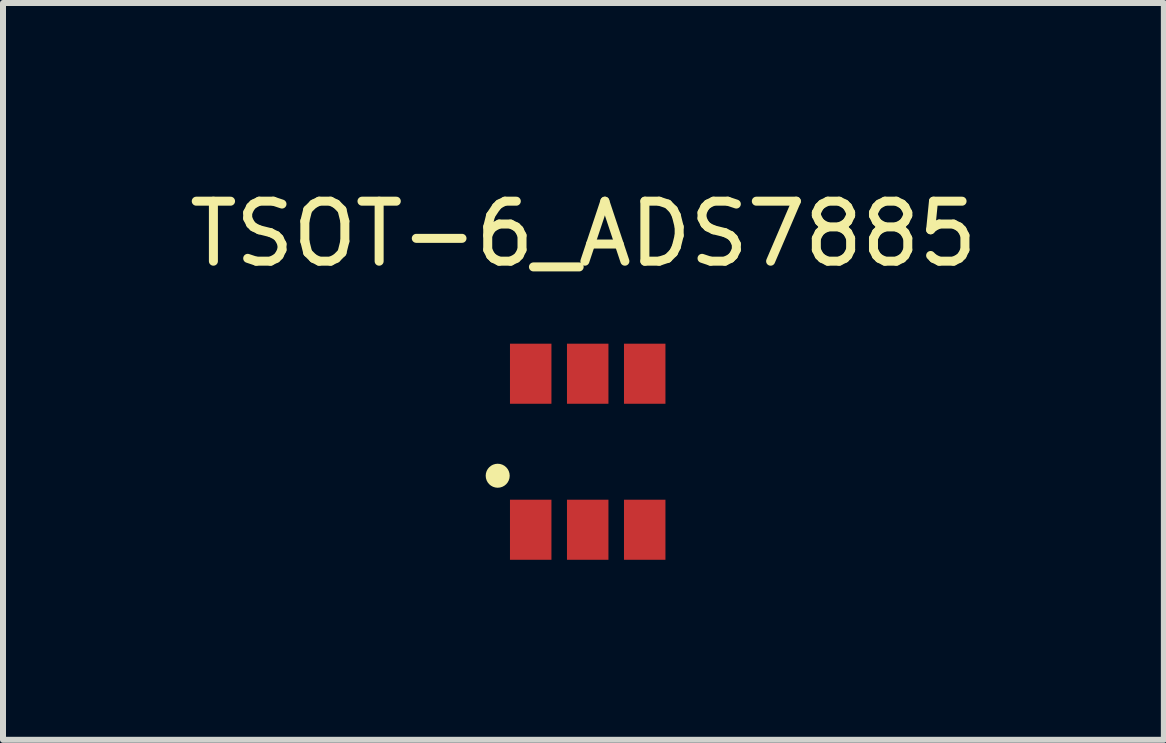
<source format=kicad_pcb>
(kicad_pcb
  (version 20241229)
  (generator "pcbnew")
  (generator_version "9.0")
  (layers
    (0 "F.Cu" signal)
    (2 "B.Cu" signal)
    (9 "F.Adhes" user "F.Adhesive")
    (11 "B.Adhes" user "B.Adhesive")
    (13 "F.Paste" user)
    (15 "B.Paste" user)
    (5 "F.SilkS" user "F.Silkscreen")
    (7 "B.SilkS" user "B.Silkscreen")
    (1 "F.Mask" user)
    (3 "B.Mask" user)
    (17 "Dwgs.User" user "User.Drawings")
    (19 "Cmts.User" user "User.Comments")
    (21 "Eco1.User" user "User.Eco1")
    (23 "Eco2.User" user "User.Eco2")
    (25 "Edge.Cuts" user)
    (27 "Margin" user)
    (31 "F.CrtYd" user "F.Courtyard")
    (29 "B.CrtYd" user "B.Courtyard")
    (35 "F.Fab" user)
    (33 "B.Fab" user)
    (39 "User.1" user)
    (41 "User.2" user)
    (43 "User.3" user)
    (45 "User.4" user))
  (footprint "TSOT-6_ADS7885"
    (layer "F.Cu")
    (at 6.744 4.478)
    (property "Reference" "TSOT-6_ADS7885" (at -0.071 -3.63 0) (layer "F.SilkS") (effects (font (size 1 1) (thickness 0.15))))
    (attr smd)
    (fp_circle (center -1.5 0.4) (end -1.5 0.5) (stroke (width 0.2) (type solid)) (fill no) (layer "F.SilkS"))
    (pad "1" smd rect (at -0.95 1.3) (size 0.691 1.001) (layers "F.Cu" "F.Mask" "F.Paste"))
    (pad "2" smd rect (at 0 1.3) (size 0.691 1.001) (layers "F.Cu" "F.Mask" "F.Paste"))
    (pad "3" smd rect (at 0.95 1.3) (size 0.691 1.001) (layers "F.Cu" "F.Mask" "F.Paste"))
    (pad "4" smd rect (at 0.95 -1.3) (size 0.691 1.001) (layers "F.Cu" "F.Mask" "F.Paste"))
    (pad "5" smd rect (at 0 -1.3) (size 0.691 1.001) (layers "F.Cu" "F.Mask" "F.Paste"))
    (pad "6" smd rect (at -0.95 -1.3) (size 0.691 1.001) (layers "F.Cu" "F.Mask" "F.Paste")))
  (gr_rect
    (start -3 -3)
    (end 16.345 9.279)
    (stroke (width 0.1) (type default))
    (fill no)
    (layer "Edge.Cuts")))
</source>
